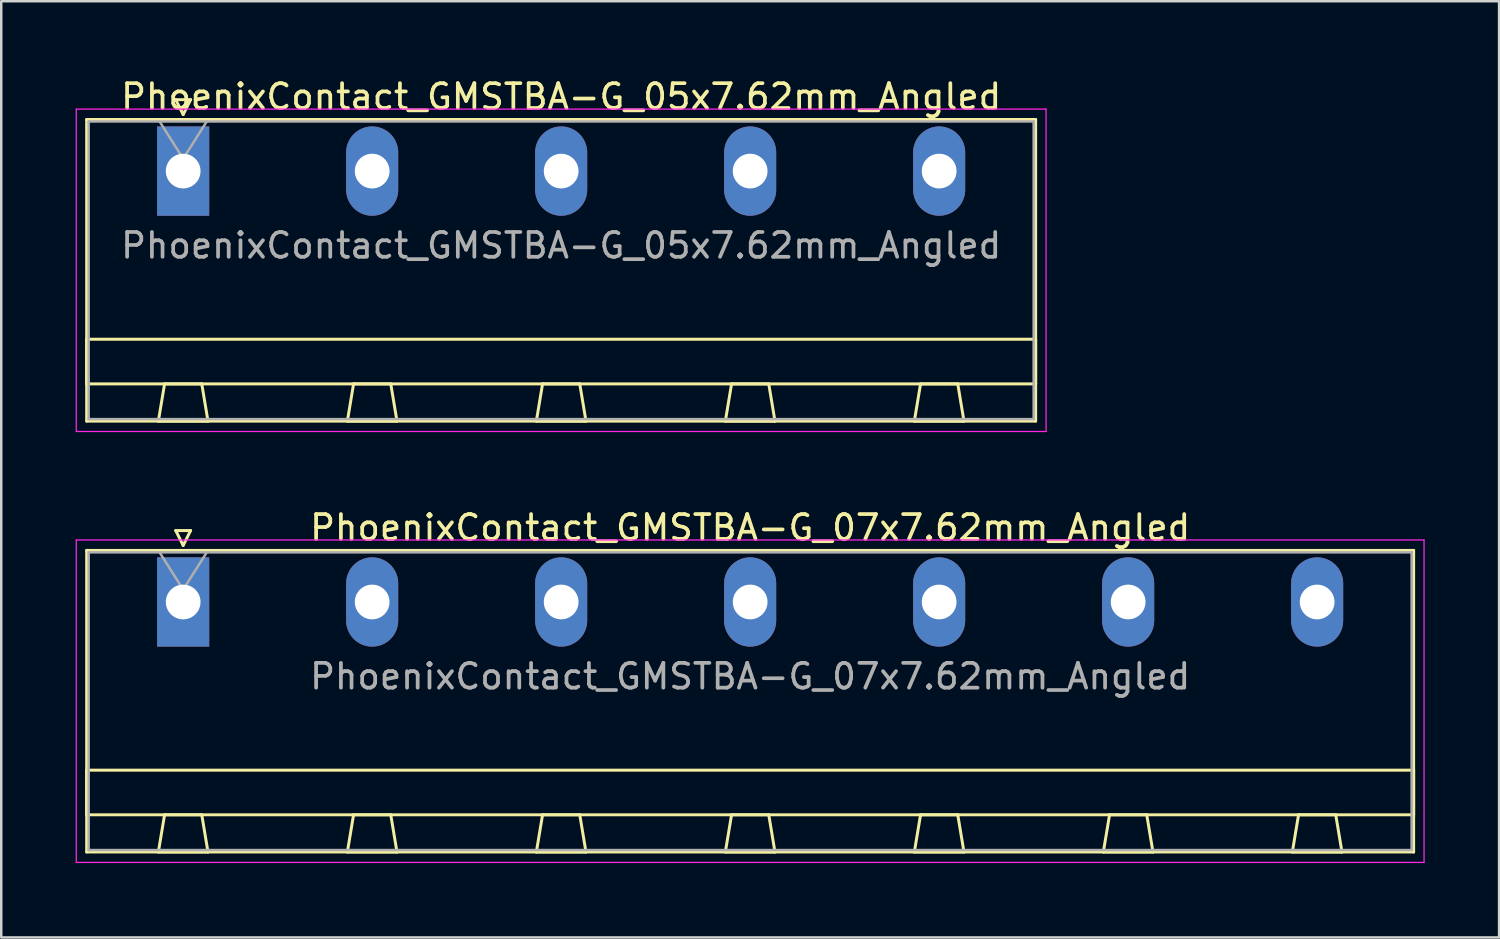
<source format=kicad_pcb>
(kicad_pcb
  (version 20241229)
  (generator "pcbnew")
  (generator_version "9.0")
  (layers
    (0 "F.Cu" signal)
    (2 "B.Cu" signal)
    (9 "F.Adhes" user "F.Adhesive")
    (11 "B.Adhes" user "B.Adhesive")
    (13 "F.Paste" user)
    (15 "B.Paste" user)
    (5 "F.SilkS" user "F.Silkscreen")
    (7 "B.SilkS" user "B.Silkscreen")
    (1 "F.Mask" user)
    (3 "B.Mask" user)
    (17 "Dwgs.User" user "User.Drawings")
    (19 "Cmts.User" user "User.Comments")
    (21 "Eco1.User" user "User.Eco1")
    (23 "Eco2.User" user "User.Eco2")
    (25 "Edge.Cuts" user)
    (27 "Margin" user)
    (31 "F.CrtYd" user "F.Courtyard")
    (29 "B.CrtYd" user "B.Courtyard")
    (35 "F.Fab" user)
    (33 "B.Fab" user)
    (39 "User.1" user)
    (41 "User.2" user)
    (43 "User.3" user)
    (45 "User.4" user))
  (footprint "PhoenixContact_GMSTBA-G_05x7.62mm_Angled"
    (layer "F.Cu")
    (at 4.335 3.848)
    (property "Reference" "PhoenixContact_GMSTBA-G_05x7.62mm_Angled" (at 15.24 -3 0) (layer "F.SilkS") (effects (font (size 1 1) (thickness 0.15))))
    (attr through_hole)
    (fp_line (start -3.89 -2.08) (end -3.89 10.08) (stroke (width 0.12) (type solid)) (layer "F.SilkS"))
    (fp_line (start -3.89 6.78) (end 34.37 6.78) (stroke (width 0.12) (type solid)) (layer "F.SilkS"))
    (fp_line (start -3.89 8.58) (end -3.89 6.78) (stroke (width 0.12) (type solid)) (layer "F.SilkS"))
    (fp_line (start -3.89 10.08) (end 34.37 10.08) (stroke (width 0.12) (type solid)) (layer "F.SilkS"))
    (fp_line (start -1 10.08) (end 1 10.08) (stroke (width 0.12) (type solid)) (layer "F.SilkS"))
    (fp_line (start -0.75 8.58) (end -1 10.08) (stroke (width 0.12) (type solid)) (layer "F.SilkS"))
    (fp_line (start -0.3 -2.88) (end 0.3 -2.88) (stroke (width 0.12) (type solid)) (layer "F.SilkS"))
    (fp_line (start 0 -2.28) (end -0.3 -2.88) (stroke (width 0.12) (type solid)) (layer "F.SilkS"))
    (fp_line (start 0.3 -2.88) (end 0 -2.28) (stroke (width 0.12) (type solid)) (layer "F.SilkS"))
    (fp_line (start 0.75 8.58) (end -0.75 8.58) (stroke (width 0.12) (type solid)) (layer "F.SilkS"))
    (fp_line (start 1 10.08) (end 0.75 8.58) (stroke (width 0.12) (type solid)) (layer "F.SilkS"))
    (fp_line (start 6.62 10.08) (end 8.62 10.08) (stroke (width 0.12) (type solid)) (layer "F.SilkS"))
    (fp_line (start 6.87 8.58) (end 6.62 10.08) (stroke (width 0.12) (type solid)) (layer "F.SilkS"))
    (fp_line (start 8.37 8.58) (end 6.87 8.58) (stroke (width 0.12) (type solid)) (layer "F.SilkS"))
    (fp_line (start 8.62 10.08) (end 8.37 8.58) (stroke (width 0.12) (type solid)) (layer "F.SilkS"))
    (fp_line (start 14.24 10.08) (end 16.24 10.08) (stroke (width 0.12) (type solid)) (layer "F.SilkS"))
    (fp_line (start 14.49 8.58) (end 14.24 10.08) (stroke (width 0.12) (type solid)) (layer "F.SilkS"))
    (fp_line (start 15.99 8.58) (end 14.49 8.58) (stroke (width 0.12) (type solid)) (layer "F.SilkS"))
    (fp_line (start 16.24 10.08) (end 15.99 8.58) (stroke (width 0.12) (type solid)) (layer "F.SilkS"))
    (fp_line (start 21.86 10.08) (end 23.86 10.08) (stroke (width 0.12) (type solid)) (layer "F.SilkS"))
    (fp_line (start 22.11 8.58) (end 21.86 10.08) (stroke (width 0.12) (type solid)) (layer "F.SilkS"))
    (fp_line (start 23.61 8.58) (end 22.11 8.58) (stroke (width 0.12) (type solid)) (layer "F.SilkS"))
    (fp_line (start 23.86 10.08) (end 23.61 8.58) (stroke (width 0.12) (type solid)) (layer "F.SilkS"))
    (fp_line (start 29.48 10.08) (end 31.48 10.08) (stroke (width 0.12) (type solid)) (layer "F.SilkS"))
    (fp_line (start 29.73 8.58) (end 29.48 10.08) (stroke (width 0.12) (type solid)) (layer "F.SilkS"))
    (fp_line (start 31.23 8.58) (end 29.73 8.58) (stroke (width 0.12) (type solid)) (layer "F.SilkS"))
    (fp_line (start 31.48 10.08) (end 31.23 8.58) (stroke (width 0.12) (type solid)) (layer "F.SilkS"))
    (fp_line (start 34.37 -2.08) (end -3.89 -2.08) (stroke (width 0.12) (type solid)) (layer "F.SilkS"))
    (fp_line (start 34.37 6.78) (end 34.37 8.58) (stroke (width 0.12) (type solid)) (layer "F.SilkS"))
    (fp_line (start 34.37 8.58) (end -3.89 8.58) (stroke (width 0.12) (type solid)) (layer "F.SilkS"))
    (fp_line (start 34.37 10.08) (end 34.37 -2.08) (stroke (width 0.12) (type solid)) (layer "F.SilkS"))
    (fp_line (start -4.31 -2.5) (end -4.31 10.5) (stroke (width 0.05) (type solid)) (layer "F.CrtYd"))
    (fp_line (start -4.31 10.5) (end 34.79 10.5) (stroke (width 0.05) (type solid)) (layer "F.CrtYd"))
    (fp_line (start 34.79 -2.5) (end -4.31 -2.5) (stroke (width 0.05) (type solid)) (layer "F.CrtYd"))
    (fp_line (start 34.79 10.5) (end 34.79 -2.5) (stroke (width 0.05) (type solid)) (layer "F.CrtYd"))
    (fp_line (start -3.81 -2) (end -3.81 10) (stroke (width 0.1) (type solid)) (layer "F.Fab"))
    (fp_line (start -3.81 10) (end 34.29 10) (stroke (width 0.1) (type solid)) (layer "F.Fab"))
    (fp_line (start 0 -0.5) (end -0.95 -2) (stroke (width 0.1) (type solid)) (layer "F.Fab"))
    (fp_line (start 0.95 -2) (end 0 -0.5) (stroke (width 0.1) (type solid)) (layer "F.Fab"))
    (fp_line (start 34.29 -2) (end -3.81 -2) (stroke (width 0.1) (type solid)) (layer "F.Fab"))
    (fp_line (start 34.29 10) (end 34.29 -2) (stroke (width 0.1) (type solid)) (layer "F.Fab"))
    (fp_text user "${REFERENCE}" (at 15.24 3 0) (layer "F.Fab") (effects (font (size 1 1) (thickness 0.15))))
    (pad "1" thru_hole rect (at 0 0) (size 2.1 3.6) (drill 1.4) (layers "*.Cu" "*.Mask"))
    (pad "2" thru_hole oval (at 7.62 0) (size 2.1 3.6) (drill 1.4) (layers "*.Cu" "*.Mask"))
    (pad "3" thru_hole oval (at 15.24 0) (size 2.1 3.6) (drill 1.4) (layers "*.Cu" "*.Mask"))
    (pad "4" thru_hole oval (at 22.86 0) (size 2.1 3.6) (drill 1.4) (layers "*.Cu" "*.Mask"))
    (pad "5" thru_hole oval (at 30.48 0) (size 2.1 3.6) (drill 1.4) (layers "*.Cu" "*.Mask")))
  (footprint "PhoenixContact_GMSTBA-G_07x7.62mm_Angled"
    (layer "F.Cu")
    (at 4.335 21.221)
    (property "Reference" "PhoenixContact_GMSTBA-G_07x7.62mm_Angled" (at 22.86 -3 0) (layer "F.SilkS") (effects (font (size 1 1) (thickness 0.15))))
    (attr through_hole)
    (fp_line (start -3.89 -2.08) (end -3.89 10.08) (stroke (width 0.12) (type solid)) (layer "F.SilkS"))
    (fp_line (start -3.89 6.78) (end 49.61 6.78) (stroke (width 0.12) (type solid)) (layer "F.SilkS"))
    (fp_line (start -3.89 8.58) (end -3.89 6.78) (stroke (width 0.12) (type solid)) (layer "F.SilkS"))
    (fp_line (start -3.89 10.08) (end 49.61 10.08) (stroke (width 0.12) (type solid)) (layer "F.SilkS"))
    (fp_line (start -1 10.08) (end 1 10.08) (stroke (width 0.12) (type solid)) (layer "F.SilkS"))
    (fp_line (start -0.75 8.58) (end -1 10.08) (stroke (width 0.12) (type solid)) (layer "F.SilkS"))
    (fp_line (start -0.3 -2.88) (end 0.3 -2.88) (stroke (width 0.12) (type solid)) (layer "F.SilkS"))
    (fp_line (start 0 -2.28) (end -0.3 -2.88) (stroke (width 0.12) (type solid)) (layer "F.SilkS"))
    (fp_line (start 0.3 -2.88) (end 0 -2.28) (stroke (width 0.12) (type solid)) (layer "F.SilkS"))
    (fp_line (start 0.75 8.58) (end -0.75 8.58) (stroke (width 0.12) (type solid)) (layer "F.SilkS"))
    (fp_line (start 1 10.08) (end 0.75 8.58) (stroke (width 0.12) (type solid)) (layer "F.SilkS"))
    (fp_line (start 6.62 10.08) (end 8.62 10.08) (stroke (width 0.12) (type solid)) (layer "F.SilkS"))
    (fp_line (start 6.87 8.58) (end 6.62 10.08) (stroke (width 0.12) (type solid)) (layer "F.SilkS"))
    (fp_line (start 8.37 8.58) (end 6.87 8.58) (stroke (width 0.12) (type solid)) (layer "F.SilkS"))
    (fp_line (start 8.62 10.08) (end 8.37 8.58) (stroke (width 0.12) (type solid)) (layer "F.SilkS"))
    (fp_line (start 14.24 10.08) (end 16.24 10.08) (stroke (width 0.12) (type solid)) (layer "F.SilkS"))
    (fp_line (start 14.49 8.58) (end 14.24 10.08) (stroke (width 0.12) (type solid)) (layer "F.SilkS"))
    (fp_line (start 15.99 8.58) (end 14.49 8.58) (stroke (width 0.12) (type solid)) (layer "F.SilkS"))
    (fp_line (start 16.24 10.08) (end 15.99 8.58) (stroke (width 0.12) (type solid)) (layer "F.SilkS"))
    (fp_line (start 21.86 10.08) (end 23.86 10.08) (stroke (width 0.12) (type solid)) (layer "F.SilkS"))
    (fp_line (start 22.11 8.58) (end 21.86 10.08) (stroke (width 0.12) (type solid)) (layer "F.SilkS"))
    (fp_line (start 23.61 8.58) (end 22.11 8.58) (stroke (width 0.12) (type solid)) (layer "F.SilkS"))
    (fp_line (start 23.86 10.08) (end 23.61 8.58) (stroke (width 0.12) (type solid)) (layer "F.SilkS"))
    (fp_line (start 29.48 10.08) (end 31.48 10.08) (stroke (width 0.12) (type solid)) (layer "F.SilkS"))
    (fp_line (start 29.73 8.58) (end 29.48 10.08) (stroke (width 0.12) (type solid)) (layer "F.SilkS"))
    (fp_line (start 31.23 8.58) (end 29.73 8.58) (stroke (width 0.12) (type solid)) (layer "F.SilkS"))
    (fp_line (start 31.48 10.08) (end 31.23 8.58) (stroke (width 0.12) (type solid)) (layer "F.SilkS"))
    (fp_line (start 37.1 10.08) (end 39.1 10.08) (stroke (width 0.12) (type solid)) (layer "F.SilkS"))
    (fp_line (start 37.35 8.58) (end 37.1 10.08) (stroke (width 0.12) (type solid)) (layer "F.SilkS"))
    (fp_line (start 38.85 8.58) (end 37.35 8.58) (stroke (width 0.12) (type solid)) (layer "F.SilkS"))
    (fp_line (start 39.1 10.08) (end 38.85 8.58) (stroke (width 0.12) (type solid)) (layer "F.SilkS"))
    (fp_line (start 44.72 10.08) (end 46.72 10.08) (stroke (width 0.12) (type solid)) (layer "F.SilkS"))
    (fp_line (start 44.97 8.58) (end 44.72 10.08) (stroke (width 0.12) (type solid)) (layer "F.SilkS"))
    (fp_line (start 46.47 8.58) (end 44.97 8.58) (stroke (width 0.12) (type solid)) (layer "F.SilkS"))
    (fp_line (start 46.72 10.08) (end 46.47 8.58) (stroke (width 0.12) (type solid)) (layer "F.SilkS"))
    (fp_line (start 49.61 -2.08) (end -3.89 -2.08) (stroke (width 0.12) (type solid)) (layer "F.SilkS"))
    (fp_line (start 49.61 6.78) (end 49.61 8.58) (stroke (width 0.12) (type solid)) (layer "F.SilkS"))
    (fp_line (start 49.61 8.58) (end -3.89 8.58) (stroke (width 0.12) (type solid)) (layer "F.SilkS"))
    (fp_line (start 49.61 10.08) (end 49.61 -2.08) (stroke (width 0.12) (type solid)) (layer "F.SilkS"))
    (fp_line (start -4.31 -2.5) (end -4.31 10.5) (stroke (width 0.05) (type solid)) (layer "F.CrtYd"))
    (fp_line (start -4.31 10.5) (end 50.03 10.5) (stroke (width 0.05) (type solid)) (layer "F.CrtYd"))
    (fp_line (start 50.03 -2.5) (end -4.31 -2.5) (stroke (width 0.05) (type solid)) (layer "F.CrtYd"))
    (fp_line (start 50.03 10.5) (end 50.03 -2.5) (stroke (width 0.05) (type solid)) (layer "F.CrtYd"))
    (fp_line (start -3.81 -2) (end -3.81 10) (stroke (width 0.1) (type solid)) (layer "F.Fab"))
    (fp_line (start -3.81 10) (end 49.53 10) (stroke (width 0.1) (type solid)) (layer "F.Fab"))
    (fp_line (start 0 -0.5) (end -0.95 -2) (stroke (width 0.1) (type solid)) (layer "F.Fab"))
    (fp_line (start 0.95 -2) (end 0 -0.5) (stroke (width 0.1) (type solid)) (layer "F.Fab"))
    (fp_line (start 49.53 -2) (end -3.81 -2) (stroke (width 0.1) (type solid)) (layer "F.Fab"))
    (fp_line (start 49.53 10) (end 49.53 -2) (stroke (width 0.1) (type solid)) (layer "F.Fab"))
    (fp_text user "${REFERENCE}" (at 22.86 3 0) (layer "F.Fab") (effects (font (size 1 1) (thickness 0.15))))
    (pad "1" thru_hole rect (at 0 0) (size 2.1 3.6) (drill 1.4) (layers "*.Cu" "*.Mask"))
    (pad "2" thru_hole oval (at 7.62 0) (size 2.1 3.6) (drill 1.4) (layers "*.Cu" "*.Mask"))
    (pad "3" thru_hole oval (at 15.24 0) (size 2.1 3.6) (drill 1.4) (layers "*.Cu" "*.Mask"))
    (pad "4" thru_hole oval (at 22.86 0) (size 2.1 3.6) (drill 1.4) (layers "*.Cu" "*.Mask"))
    (pad "5" thru_hole oval (at 30.48 0) (size 2.1 3.6) (drill 1.4) (layers "*.Cu" "*.Mask"))
    (pad "6" thru_hole oval (at 38.1 0) (size 2.1 3.6) (drill 1.4) (layers "*.Cu" "*.Mask"))
    (pad "7" thru_hole oval (at 45.72 0) (size 2.1 3.6) (drill 1.4) (layers "*.Cu" "*.Mask")))
  (gr_rect
    (start -3 -3)
    (end 57.39 34.746)
    (stroke (width 0.1) (type default))
    (fill no)
    (layer "Edge.Cuts")))
</source>
